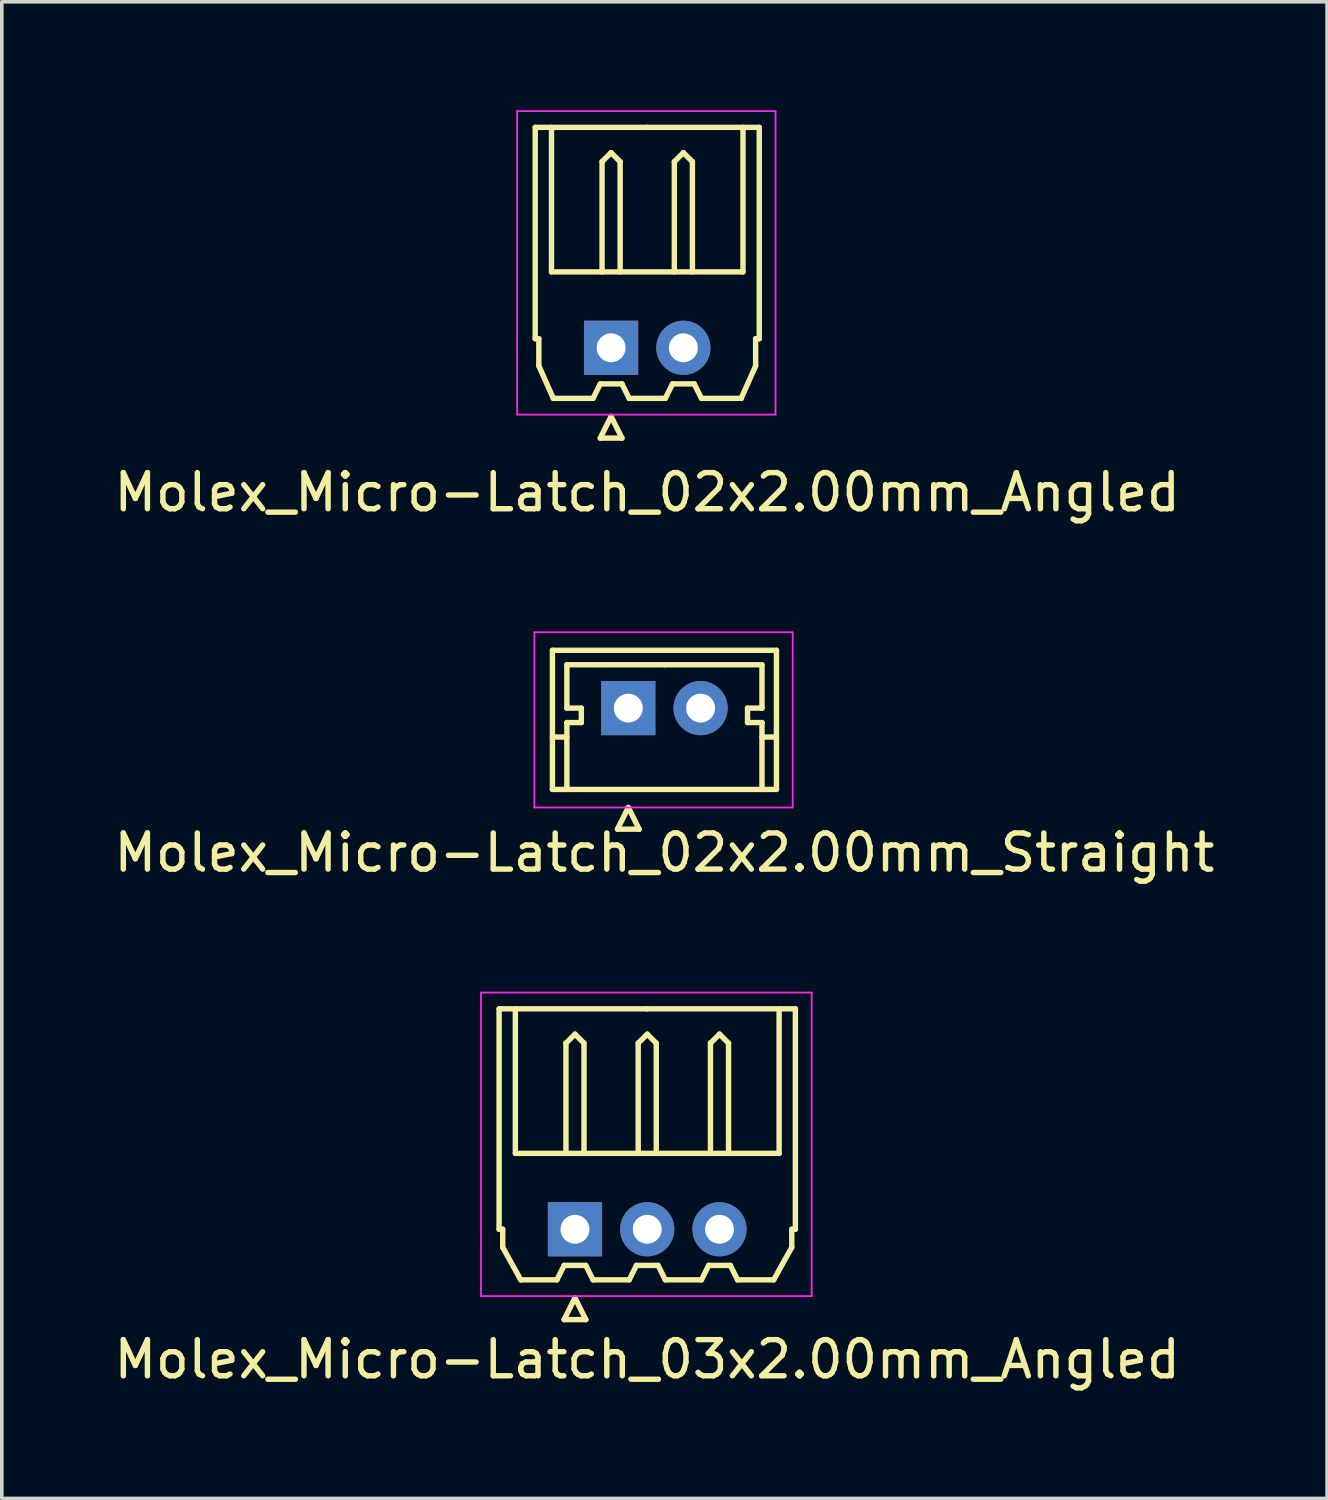
<source format=kicad_pcb>
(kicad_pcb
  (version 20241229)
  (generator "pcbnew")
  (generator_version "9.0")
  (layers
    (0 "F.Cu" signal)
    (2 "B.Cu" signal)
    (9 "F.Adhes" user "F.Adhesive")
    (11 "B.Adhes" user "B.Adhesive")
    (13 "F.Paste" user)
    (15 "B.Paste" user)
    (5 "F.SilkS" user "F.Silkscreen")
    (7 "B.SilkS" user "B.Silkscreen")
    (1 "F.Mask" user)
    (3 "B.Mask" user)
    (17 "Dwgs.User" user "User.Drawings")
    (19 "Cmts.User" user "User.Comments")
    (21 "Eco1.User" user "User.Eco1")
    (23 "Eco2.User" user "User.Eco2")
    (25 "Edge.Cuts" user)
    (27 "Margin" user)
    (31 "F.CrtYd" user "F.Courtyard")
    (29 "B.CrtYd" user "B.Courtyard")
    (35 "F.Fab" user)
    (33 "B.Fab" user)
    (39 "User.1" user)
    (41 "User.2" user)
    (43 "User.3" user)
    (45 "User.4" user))
  (footprint "Molex_Micro-Latch_02x2.00mm_Straight"
    (layer "F.Cu")
    (at 14.339 16.548)
    (property "Reference" "Molex_Micro-Latch_02x2.00mm_Straight" (at 1 4 0) (layer "F.SilkS") (effects (font (size 1 1) (thickness 0.15))))
    (attr through_hole)
    (fp_line (start -2.1 -1.6) (end -2.1 2.25) (stroke (width 0.15) (type solid)) (layer "F.SilkS"))
    (fp_line (start -2.1 0.8) (end -1.7 0.8) (stroke (width 0.15) (type solid)) (layer "F.SilkS"))
    (fp_line (start -2.1 2.25) (end 4.1 2.25) (stroke (width 0.15) (type solid)) (layer "F.SilkS"))
    (fp_line (start -1.7 -1.2) (end -1.7 0) (stroke (width 0.15) (type solid)) (layer "F.SilkS"))
    (fp_line (start -1.7 0) (end -1.3 0) (stroke (width 0.15) (type solid)) (layer "F.SilkS"))
    (fp_line (start -1.7 0.4) (end -1.7 2.25) (stroke (width 0.15) (type solid)) (layer "F.SilkS"))
    (fp_line (start -1.3 0) (end -1.3 0.4) (stroke (width 0.15) (type solid)) (layer "F.SilkS"))
    (fp_line (start -1.3 0.4) (end -1.7 0.4) (stroke (width 0.15) (type solid)) (layer "F.SilkS"))
    (fp_line (start -0.3 3.35) (end 0.3 3.35) (stroke (width 0.15) (type solid)) (layer "F.SilkS"))
    (fp_line (start 0 2.75) (end -0.3 3.35) (stroke (width 0.15) (type solid)) (layer "F.SilkS"))
    (fp_line (start 0.3 3.35) (end 0 2.75) (stroke (width 0.15) (type solid)) (layer "F.SilkS"))
    (fp_line (start 1 -1.2) (end -1.7 -1.2) (stroke (width 0.15) (type solid)) (layer "F.SilkS"))
    (fp_line (start 1 -1.2) (end 3.7 -1.2) (stroke (width 0.15) (type solid)) (layer "F.SilkS"))
    (fp_line (start 3.3 0) (end 3.3 0.4) (stroke (width 0.15) (type solid)) (layer "F.SilkS"))
    (fp_line (start 3.3 0.4) (end 3.7 0.4) (stroke (width 0.15) (type solid)) (layer "F.SilkS"))
    (fp_line (start 3.7 -1.2) (end 3.7 0) (stroke (width 0.15) (type solid)) (layer "F.SilkS"))
    (fp_line (start 3.7 0) (end 3.3 0) (stroke (width 0.15) (type solid)) (layer "F.SilkS"))
    (fp_line (start 3.7 0.4) (end 3.7 2.25) (stroke (width 0.15) (type solid)) (layer "F.SilkS"))
    (fp_line (start 4.1 -1.6) (end -2.1 -1.6) (stroke (width 0.15) (type solid)) (layer "F.SilkS"))
    (fp_line (start 4.1 0.8) (end 3.7 0.8) (stroke (width 0.15) (type solid)) (layer "F.SilkS"))
    (fp_line (start 4.1 2.25) (end 4.1 -1.6) (stroke (width 0.15) (type solid)) (layer "F.SilkS"))
    (fp_line (start -2.6 -2.1) (end -2.6 2.75) (stroke (width 0.05) (type solid)) (layer "F.CrtYd"))
    (fp_line (start -2.6 2.75) (end 4.55 2.75) (stroke (width 0.05) (type solid)) (layer "F.CrtYd"))
    (fp_line (start 4.55 -2.1) (end -2.6 -2.1) (stroke (width 0.05) (type solid)) (layer "F.CrtYd"))
    (fp_line (start 4.55 2.75) (end 4.55 -2.1) (stroke (width 0.05) (type solid)) (layer "F.CrtYd"))
    (pad "1" thru_hole rect (at 0 0) (size 1.5 1.5) (drill 0.8) (layers "*.Cu" "*.Mask"))
    (pad "2" thru_hole circle (at 2 0) (size 1.5 1.5) (drill 0.8) (layers "*.Cu" "*.Mask")))
  (footprint "Molex_Micro-Latch_03x2.00mm_Angled"
    (layer "F.Cu")
    (at 12.863 30.971)
    (property "Reference" "Molex_Micro-Latch_03x2.00mm_Angled" (at 2 3.6 0) (layer "F.SilkS") (effects (font (size 1 1) (thickness 0.15))))
    (attr through_hole)
    (fp_line (start -2.1 -6.1) (end 2 -6.1) (stroke (width 0.15) (type solid)) (layer "F.SilkS"))
    (fp_line (start -2.1 0) (end -2.1 -6.1) (stroke (width 0.15) (type solid)) (layer "F.SilkS"))
    (fp_line (start -2 0) (end -2.1 0) (stroke (width 0.15) (type solid)) (layer "F.SilkS"))
    (fp_line (start -2 0.5) (end -2 0) (stroke (width 0.15) (type solid)) (layer "F.SilkS"))
    (fp_line (start -1.65 -6.1) (end -1.65 -2.1) (stroke (width 0.15) (type solid)) (layer "F.SilkS"))
    (fp_line (start -1.65 -2.1) (end 5.65 -2.1) (stroke (width 0.15) (type solid)) (layer "F.SilkS"))
    (fp_line (start -1.5 1.4) (end -2 0.5) (stroke (width 0.15) (type solid)) (layer "F.SilkS"))
    (fp_line (start -0.5 1.4) (end -1.5 1.4) (stroke (width 0.15) (type solid)) (layer "F.SilkS"))
    (fp_line (start -0.3 1) (end -0.5 1.4) (stroke (width 0.15) (type solid)) (layer "F.SilkS"))
    (fp_line (start -0.3 1) (end 0.3 1) (stroke (width 0.15) (type solid)) (layer "F.SilkS"))
    (fp_line (start -0.3 2.5) (end 0.3 2.5) (stroke (width 0.15) (type solid)) (layer "F.SilkS"))
    (fp_line (start -0.25 -5.15) (end 0 -5.4) (stroke (width 0.15) (type solid)) (layer "F.SilkS"))
    (fp_line (start -0.25 -2.1) (end -0.25 -5.15) (stroke (width 0.15) (type solid)) (layer "F.SilkS"))
    (fp_line (start 0 -5.4) (end 0.25 -5.15) (stroke (width 0.15) (type solid)) (layer "F.SilkS"))
    (fp_line (start 0 1.9) (end -0.3 2.5) (stroke (width 0.15) (type solid)) (layer "F.SilkS"))
    (fp_line (start 0.25 -5.15) (end 0.25 -2.1) (stroke (width 0.15) (type solid)) (layer "F.SilkS"))
    (fp_line (start 0.3 1) (end 0.5 1.4) (stroke (width 0.15) (type solid)) (layer "F.SilkS"))
    (fp_line (start 0.3 2.5) (end 0 1.9) (stroke (width 0.15) (type solid)) (layer "F.SilkS"))
    (fp_line (start 0.5 1.4) (end 1.5 1.4) (stroke (width 0.15) (type solid)) (layer "F.SilkS"))
    (fp_line (start 1.5 1.4) (end 1.7 1) (stroke (width 0.15) (type solid)) (layer "F.SilkS"))
    (fp_line (start 1.7 1) (end 2.3 1) (stroke (width 0.15) (type solid)) (layer "F.SilkS"))
    (fp_line (start 1.75 -5.15) (end 2 -5.4) (stroke (width 0.15) (type solid)) (layer "F.SilkS"))
    (fp_line (start 1.75 -2.1) (end 1.75 -5.15) (stroke (width 0.15) (type solid)) (layer "F.SilkS"))
    (fp_line (start 2 -5.4) (end 2.25 -5.15) (stroke (width 0.15) (type solid)) (layer "F.SilkS"))
    (fp_line (start 2.25 -5.15) (end 2.25 -2.1) (stroke (width 0.15) (type solid)) (layer "F.SilkS"))
    (fp_line (start 2.3 1) (end 2.5 1.4) (stroke (width 0.15) (type solid)) (layer "F.SilkS"))
    (fp_line (start 2.5 1.4) (end 3.5 1.4) (stroke (width 0.15) (type solid)) (layer "F.SilkS"))
    (fp_line (start 3.5 1.4) (end 3.7 1) (stroke (width 0.15) (type solid)) (layer "F.SilkS"))
    (fp_line (start 3.7 1) (end 4.3 1) (stroke (width 0.15) (type solid)) (layer "F.SilkS"))
    (fp_line (start 3.75 -5.15) (end 4 -5.4) (stroke (width 0.15) (type solid)) (layer "F.SilkS"))
    (fp_line (start 3.75 -2.1) (end 3.75 -5.15) (stroke (width 0.15) (type solid)) (layer "F.SilkS"))
    (fp_line (start 4 -5.4) (end 4.25 -5.15) (stroke (width 0.15) (type solid)) (layer "F.SilkS"))
    (fp_line (start 4.25 -5.15) (end 4.25 -2.1) (stroke (width 0.15) (type solid)) (layer "F.SilkS"))
    (fp_line (start 4.3 1) (end 4.5 1.4) (stroke (width 0.15) (type solid)) (layer "F.SilkS"))
    (fp_line (start 4.5 1.4) (end 5.5 1.4) (stroke (width 0.15) (type solid)) (layer "F.SilkS"))
    (fp_line (start 5.5 1.4) (end 6 0.5) (stroke (width 0.15) (type solid)) (layer "F.SilkS"))
    (fp_line (start 5.65 -2.1) (end 5.65 -6.1) (stroke (width 0.15) (type solid)) (layer "F.SilkS"))
    (fp_line (start 6 0) (end 6.1 0) (stroke (width 0.15) (type solid)) (layer "F.SilkS"))
    (fp_line (start 6 0.5) (end 6 0) (stroke (width 0.15) (type solid)) (layer "F.SilkS"))
    (fp_line (start 6.1 -6.1) (end 2 -6.1) (stroke (width 0.15) (type solid)) (layer "F.SilkS"))
    (fp_line (start 6.1 0) (end 6.1 -6.1) (stroke (width 0.15) (type solid)) (layer "F.SilkS"))
    (fp_line (start -2.6 -6.55) (end -2.6 1.85) (stroke (width 0.05) (type solid)) (layer "F.CrtYd"))
    (fp_line (start -2.6 1.85) (end 6.55 1.85) (stroke (width 0.05) (type solid)) (layer "F.CrtYd"))
    (fp_line (start 6.55 -6.55) (end -2.6 -6.55) (stroke (width 0.05) (type solid)) (layer "F.CrtYd"))
    (fp_line (start 6.55 1.85) (end 6.55 -6.55) (stroke (width 0.05) (type solid)) (layer "F.CrtYd"))
    (pad "1" thru_hole rect (at 0 0) (size 1.5 1.5) (drill 0.8) (layers "*.Cu" "*.Mask"))
    (pad "2" thru_hole circle (at 2 0) (size 1.5 1.5) (drill 0.8) (layers "*.Cu" "*.Mask"))
    (pad "3" thru_hole circle (at 4 0) (size 1.5 1.5) (drill 0.8) (layers "*.Cu" "*.Mask")))
  (footprint "Molex_Micro-Latch_02x2.00mm_Angled"
    (layer "F.Cu")
    (at 13.863 6.575)
    (property "Reference" "Molex_Micro-Latch_02x2.00mm_Angled" (at 1 4 0) (layer "F.SilkS") (effects (font (size 1 1) (thickness 0.15))))
    (attr through_hole)
    (fp_line (start -2.1 -6.1) (end 1 -6.1) (stroke (width 0.15) (type solid)) (layer "F.SilkS"))
    (fp_line (start -2.1 -0.25) (end -2.1 -6.1) (stroke (width 0.15) (type solid)) (layer "F.SilkS"))
    (fp_line (start -2 -0.25) (end -2.1 -0.25) (stroke (width 0.15) (type solid)) (layer "F.SilkS"))
    (fp_line (start -2 0.5) (end -2 -0.25) (stroke (width 0.15) (type solid)) (layer "F.SilkS"))
    (fp_line (start -1.65 -6.1) (end -1.65 -2.1) (stroke (width 0.15) (type solid)) (layer "F.SilkS"))
    (fp_line (start -1.65 -2.1) (end 3.65 -2.1) (stroke (width 0.15) (type solid)) (layer "F.SilkS"))
    (fp_line (start -1.6 1.4) (end -2 0.5) (stroke (width 0.15) (type solid)) (layer "F.SilkS"))
    (fp_line (start -0.5 1.4) (end -1.6 1.4) (stroke (width 0.15) (type solid)) (layer "F.SilkS"))
    (fp_line (start -0.3 1) (end -0.5 1.4) (stroke (width 0.15) (type solid)) (layer "F.SilkS"))
    (fp_line (start -0.3 1) (end 0.3 1) (stroke (width 0.15) (type solid)) (layer "F.SilkS"))
    (fp_line (start -0.3 2.5) (end 0.3 2.5) (stroke (width 0.15) (type solid)) (layer "F.SilkS"))
    (fp_line (start -0.25 -5.15) (end 0 -5.4) (stroke (width 0.15) (type solid)) (layer "F.SilkS"))
    (fp_line (start -0.25 -2.1) (end -0.25 -5.15) (stroke (width 0.15) (type solid)) (layer "F.SilkS"))
    (fp_line (start 0 -5.4) (end 0.25 -5.15) (stroke (width 0.15) (type solid)) (layer "F.SilkS"))
    (fp_line (start 0 1.9) (end -0.3 2.5) (stroke (width 0.15) (type solid)) (layer "F.SilkS"))
    (fp_line (start 0.25 -5.15) (end 0.25 -2.1) (stroke (width 0.15) (type solid)) (layer "F.SilkS"))
    (fp_line (start 0.3 1) (end 0.5 1.4) (stroke (width 0.15) (type solid)) (layer "F.SilkS"))
    (fp_line (start 0.3 2.5) (end 0 1.9) (stroke (width 0.15) (type solid)) (layer "F.SilkS"))
    (fp_line (start 0.5 1.4) (end 1.5 1.4) (stroke (width 0.15) (type solid)) (layer "F.SilkS"))
    (fp_line (start 1.5 1.4) (end 1.7 1) (stroke (width 0.15) (type solid)) (layer "F.SilkS"))
    (fp_line (start 1.7 1) (end 2.3 1) (stroke (width 0.15) (type solid)) (layer "F.SilkS"))
    (fp_line (start 1.75 -5.15) (end 2 -5.4) (stroke (width 0.15) (type solid)) (layer "F.SilkS"))
    (fp_line (start 1.75 -2.1) (end 1.75 -5.15) (stroke (width 0.15) (type solid)) (layer "F.SilkS"))
    (fp_line (start 2 -5.4) (end 2.25 -5.15) (stroke (width 0.15) (type solid)) (layer "F.SilkS"))
    (fp_line (start 2.25 -5.15) (end 2.25 -2.1) (stroke (width 0.15) (type solid)) (layer "F.SilkS"))
    (fp_line (start 2.3 1) (end 2.5 1.4) (stroke (width 0.15) (type solid)) (layer "F.SilkS"))
    (fp_line (start 2.5 1.4) (end 3.6 1.4) (stroke (width 0.15) (type solid)) (layer "F.SilkS"))
    (fp_line (start 3.6 1.4) (end 4 0.5) (stroke (width 0.15) (type solid)) (layer "F.SilkS"))
    (fp_line (start 3.65 -2.1) (end 3.65 -6.1) (stroke (width 0.15) (type solid)) (layer "F.SilkS"))
    (fp_line (start 4 -0.25) (end 4.1 -0.25) (stroke (width 0.15) (type solid)) (layer "F.SilkS"))
    (fp_line (start 4 0.5) (end 4 -0.25) (stroke (width 0.15) (type solid)) (layer "F.SilkS"))
    (fp_line (start 4.1 -6.1) (end 1 -6.1) (stroke (width 0.15) (type solid)) (layer "F.SilkS"))
    (fp_line (start 4.1 -0.25) (end 4.1 -6.1) (stroke (width 0.15) (type solid)) (layer "F.SilkS"))
    (fp_line (start -2.6 -6.55) (end -2.6 1.85) (stroke (width 0.05) (type solid)) (layer "F.CrtYd"))
    (fp_line (start -2.6 1.85) (end 4.55 1.85) (stroke (width 0.05) (type solid)) (layer "F.CrtYd"))
    (fp_line (start 4.55 -6.55) (end -2.6 -6.55) (stroke (width 0.05) (type solid)) (layer "F.CrtYd"))
    (fp_line (start 4.55 1.85) (end 4.55 -6.55) (stroke (width 0.05) (type solid)) (layer "F.CrtYd"))
    (pad "1" thru_hole rect (at 0 0) (size 1.5 1.5) (drill 0.8) (layers "*.Cu" "*.Mask"))
    (pad "2" thru_hole circle (at 2 0) (size 1.5 1.5) (drill 0.8) (layers "*.Cu" "*.Mask")))
  (gr_rect
    (start -3 -3)
    (end 33.679 38.42)
    (stroke (width 0.1) (type default))
    (fill no)
    (layer "Edge.Cuts")))
</source>
